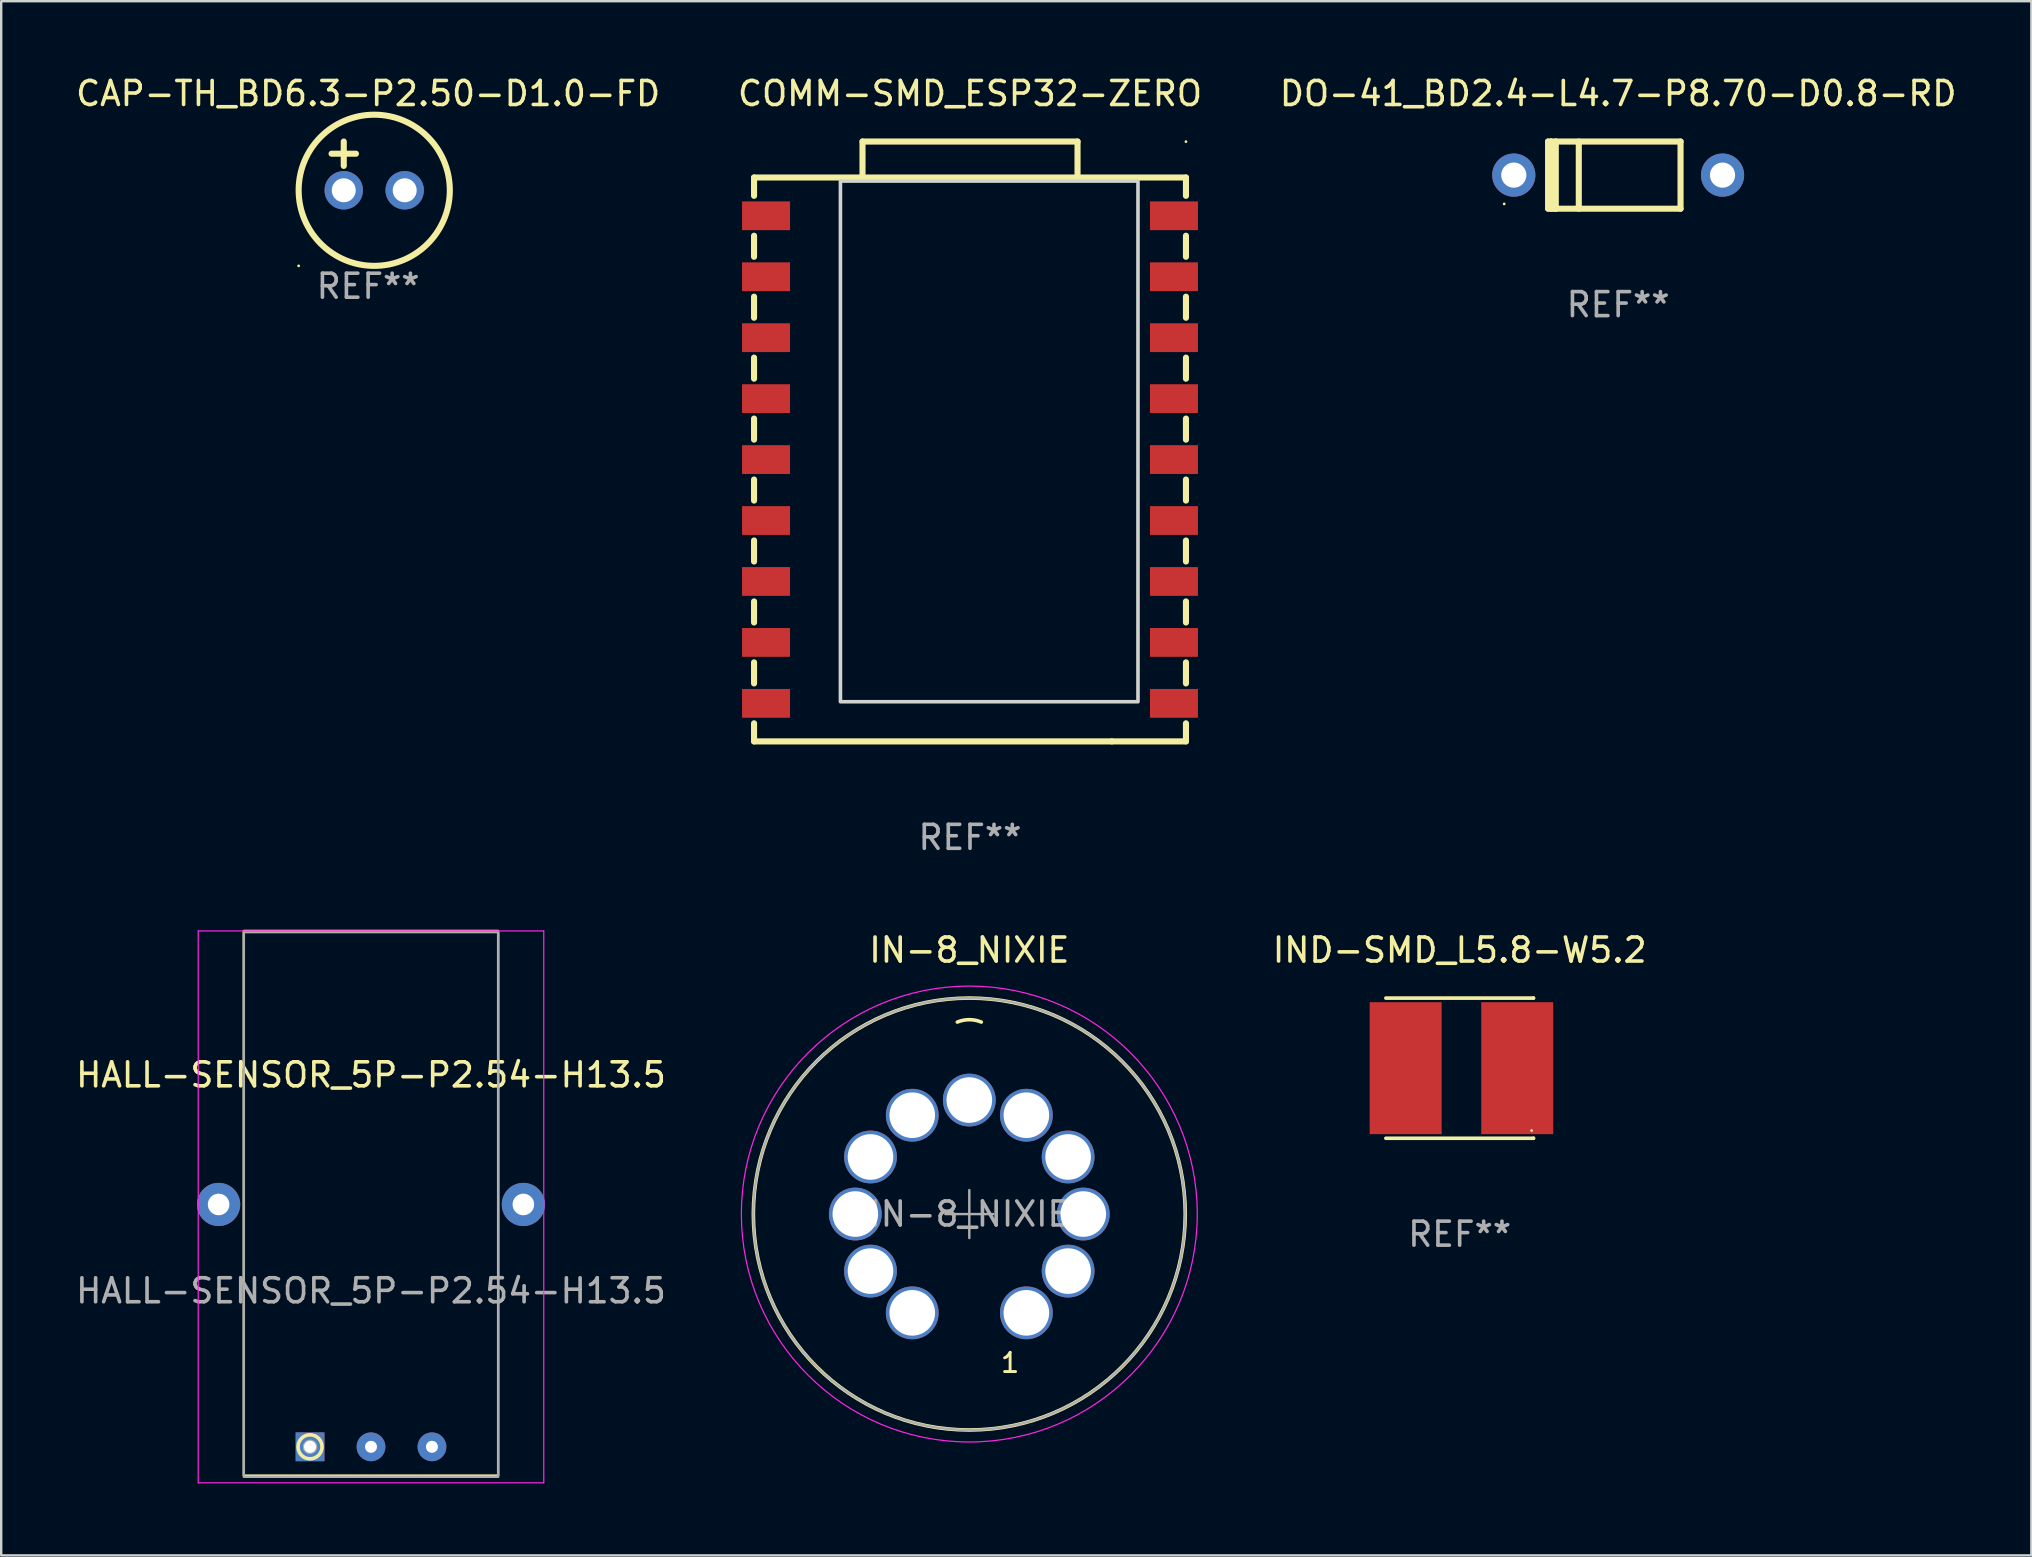
<source format=kicad_pcb>
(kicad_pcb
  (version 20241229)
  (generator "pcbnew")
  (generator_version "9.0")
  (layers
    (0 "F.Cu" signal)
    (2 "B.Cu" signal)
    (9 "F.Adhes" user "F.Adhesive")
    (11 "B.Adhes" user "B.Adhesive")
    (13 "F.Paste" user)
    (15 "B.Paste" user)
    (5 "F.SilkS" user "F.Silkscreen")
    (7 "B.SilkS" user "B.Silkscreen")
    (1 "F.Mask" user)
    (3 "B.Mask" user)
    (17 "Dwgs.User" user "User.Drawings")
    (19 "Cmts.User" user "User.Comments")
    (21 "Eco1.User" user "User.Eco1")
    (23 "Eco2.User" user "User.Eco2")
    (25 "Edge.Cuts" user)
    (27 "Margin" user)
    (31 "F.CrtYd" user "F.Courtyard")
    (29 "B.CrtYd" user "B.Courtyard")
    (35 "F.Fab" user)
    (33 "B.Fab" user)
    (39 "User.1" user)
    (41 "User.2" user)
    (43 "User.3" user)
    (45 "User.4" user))
  (footprint "COMM-SMD_ESP32-ZERO"
    (layer "F.Cu")
    (at 37.375 16.648)
    (property "Reference" "COMM-SMD_ESP32-ZERO" (at -0.000076 -15.8 0) (layer "F.SilkS") (effects (font (size 1 1) (thickness 0.15))))
    (attr smd)
    (fp_line (start -9 -12.3) (end 9 -12.3) (stroke (width 0.254) (type solid)) (layer "F.SilkS"))
    (fp_line (start -9 -11.536) (end -9 -12.3) (stroke (width 0.254) (type solid)) (layer "F.SilkS"))
    (fp_line (start -9 -8.996) (end -9 -9.874) (stroke (width 0.254) (type solid)) (layer "F.SilkS"))
    (fp_line (start -9 -6.456) (end -9 -7.334) (stroke (width 0.254) (type solid)) (layer "F.SilkS"))
    (fp_line (start -9 -3.916) (end -9 -4.794) (stroke (width 0.254) (type solid)) (layer "F.SilkS"))
    (fp_line (start -9 -1.376) (end -9 -2.254) (stroke (width 0.254) (type solid)) (layer "F.SilkS"))
    (fp_line (start -9 1.164) (end -9 0.286) (stroke (width 0.254) (type solid)) (layer "F.SilkS"))
    (fp_line (start -9 3.704) (end -9 2.826) (stroke (width 0.254) (type solid)) (layer "F.SilkS"))
    (fp_line (start -9 6.244) (end -9 5.366) (stroke (width 0.254) (type solid)) (layer "F.SilkS"))
    (fp_line (start -9 8.784) (end -9 7.906) (stroke (width 0.254) (type solid)) (layer "F.SilkS"))
    (fp_line (start -9 11.2) (end -9 10.446) (stroke (width 0.254) (type solid)) (layer "F.SilkS"))
    (fp_line (start -4.48 -12.3) (end -4.48 -13.8) (stroke (width 0.254) (type solid)) (layer "F.SilkS"))
    (fp_line (start 4.481 -13.8) (end -4.48 -13.8) (stroke (width 0.254) (type solid)) (layer "F.SilkS"))
    (fp_line (start 4.481 -12.3) (end 4.481 -13.8) (stroke (width 0.254) (type solid)) (layer "F.SilkS"))
    (fp_line (start 5.911 11.2) (end -9 11.2) (stroke (width 0.254) (type solid)) (layer "F.SilkS"))
    (fp_line (start 9 -12.3) (end 9 -11.536) (stroke (width 0.254) (type solid)) (layer "F.SilkS"))
    (fp_line (start 9 -9.874) (end 9 -8.996) (stroke (width 0.254) (type solid)) (layer "F.SilkS"))
    (fp_line (start 9 -7.334) (end 9 -6.456) (stroke (width 0.254) (type solid)) (layer "F.SilkS"))
    (fp_line (start 9 -4.794) (end 9 -3.916) (stroke (width 0.254) (type solid)) (layer "F.SilkS"))
    (fp_line (start 9 -2.254) (end 9 -1.376) (stroke (width 0.254) (type solid)) (layer "F.SilkS"))
    (fp_line (start 9 0.286) (end 9 1.164) (stroke (width 0.254) (type solid)) (layer "F.SilkS"))
    (fp_line (start 9 2.826) (end 9 3.704) (stroke (width 0.254) (type solid)) (layer "F.SilkS"))
    (fp_line (start 9 5.366) (end 9 6.244) (stroke (width 0.254) (type solid)) (layer "F.SilkS"))
    (fp_line (start 9 7.906) (end 9 8.784) (stroke (width 0.254) (type solid)) (layer "F.SilkS"))
    (fp_line (start 9 10.446) (end 9 11.2) (stroke (width 0.254) (type solid)) (layer "F.SilkS"))
    (fp_line (start 9 11.2) (end 5.911 11.2) (stroke (width 0.254) (type solid)) (layer "F.SilkS"))
    (fp_circle (center 9 -13.795) (end 9.03 -13.795) (stroke (width 0.06) (type solid)) (fill no) (layer "F.SilkS"))
    (fp_poly (pts (xy -5.4 -12.152) (xy -5.4 9.548) (xy 7 9.548) (xy 7 -12.152)) (stroke (width 0.15) (type solid)) (fill no) (layer "Edge.Cuts"))
    (fp_text user "REF**" (at -0.000076 15.2 0) (layer "F.Fab") (effects (font (size 1 1) (thickness 0.15))))
    (pad "1" smd rect (at 8.5 -10.705) (size 2 1.2) (layers "F.Cu" "F.Mask" "F.Paste"))
    (pad "2" smd rect (at 8.5 -8.165) (size 2 1.2) (layers "F.Cu" "F.Mask" "F.Paste"))
    (pad "3" smd rect (at 8.5 -5.625) (size 2 1.2) (layers "F.Cu" "F.Mask" "F.Paste"))
    (pad "4" smd rect (at 8.5 -3.085) (size 2 1.2) (layers "F.Cu" "F.Mask" "F.Paste"))
    (pad "5" smd rect (at 8.5 -0.545) (size 2 1.2) (layers "F.Cu" "F.Mask" "F.Paste"))
    (pad "6" smd rect (at 8.5 1.995) (size 2 1.2) (layers "F.Cu" "F.Mask" "F.Paste"))
    (pad "7" smd rect (at 8.5 4.535) (size 2 1.2) (layers "F.Cu" "F.Mask" "F.Paste"))
    (pad "8" smd rect (at 8.5 7.075) (size 2 1.2) (layers "F.Cu" "F.Mask" "F.Paste"))
    (pad "9" smd rect (at 8.5 9.615) (size 2 1.2) (layers "F.Cu" "F.Mask" "F.Paste"))
    (pad "15" smd rect (at -8.5 9.615) (size 2 1.2) (layers "F.Cu" "F.Mask" "F.Paste"))
    (pad "16" smd rect (at -8.5 7.075) (size 2 1.2) (layers "F.Cu" "F.Mask" "F.Paste"))
    (pad "17" smd rect (at -8.5 4.535) (size 2 1.2) (layers "F.Cu" "F.Mask" "F.Paste"))
    (pad "18" smd rect (at -8.5 1.995) (size 2 1.2) (layers "F.Cu" "F.Mask" "F.Paste"))
    (pad "19" smd rect (at -8.5 -0.545) (size 2 1.2) (layers "F.Cu" "F.Mask" "F.Paste"))
    (pad "20" smd rect (at -8.5 -3.085) (size 2 1.2) (layers "F.Cu" "F.Mask" "F.Paste"))
    (pad "21" smd rect (at -8.5 -5.625) (size 2 1.2) (layers "F.Cu" "F.Mask" "F.Paste"))
    (pad "22" smd rect (at -8.5 -8.165) (size 2 1.2) (layers "F.Cu" "F.Mask" "F.Paste"))
    (pad "23" smd rect (at -8.5 -10.705) (size 2 1.2) (layers "F.Cu" "F.Mask" "F.Paste")))
  (footprint "DO-41_BD2.4-L4.7-P8.70-D0.8-RD"
    (layer "F.Cu")
    (at 64.387 4.248)
    (property "Reference" "DO-41_BD2.4-L4.7-P8.70-D0.8-RD" (at 0 -3.4 0) (layer "F.SilkS") (effects (font (size 1 1) (thickness 0.15))))
    (attr through_hole)
    (fp_line (start -2.921 1.397) (end -2.921 -1.4) (stroke (width 0.254) (type solid)) (layer "F.SilkS"))
    (fp_line (start -2.794 -1.4) (end -2.921 -1.4) (stroke (width 0.254) (type solid)) (layer "F.SilkS"))
    (fp_line (start -2.794 -1.4) (end -2.794 1.397) (stroke (width 0.254) (type solid)) (layer "F.SilkS"))
    (fp_line (start -2.794 1.397) (end -2.6 1.397) (stroke (width 0.254) (type solid)) (layer "F.SilkS"))
    (fp_line (start -2.667 1.397) (end -2.921 1.397) (stroke (width 0.254) (type solid)) (layer "F.SilkS"))
    (fp_line (start -2.6 -1.4) (end -2.794 -1.4) (stroke (width 0.254) (type solid)) (layer "F.SilkS"))
    (fp_line (start -2.6 -1.4) (end -2.6 1.4) (stroke (width 0.254) (type solid)) (layer "F.SilkS"))
    (fp_line (start -2.6 -1.4) (end 2.6 -1.4) (stroke (width 0.254) (type solid)) (layer "F.SilkS"))
    (fp_line (start -2.6 1.4) (end 2.6 1.4) (stroke (width 0.254) (type solid)) (layer "F.SilkS"))
    (fp_line (start -1.641 -1.4) (end -1.641 1.4) (stroke (width 0.254) (type solid)) (layer "F.SilkS"))
    (fp_line (start 2.6 -1.4) (end 2.6 1.4) (stroke (width 0.254) (type solid)) (layer "F.SilkS"))
    (fp_circle (center -4.75 1.2) (end -4.72 1.2) (stroke (width 0.06) (type solid)) (fill no) (layer "F.SilkS"))
    (fp_text user "REF**" (at 0 5.4 0) (layer "F.Fab") (effects (font (size 1 1) (thickness 0.15))))
    (pad "1" thru_hole circle (at -4.35 0) (size 1.8 1.8) (drill 1.05) (layers "*.Cu" "*.Mask"))
    (pad "2" thru_hole circle (at 4.35 0) (size 1.8 1.8) (drill 1.05) (layers "*.Cu" "*.Mask")))
  (footprint "HALL-SENSOR_5P-P2.54-H13.5"
    (layer "F.Cu")
    (at 12.411 57.246)
    (property "Reference" "HALL-SENSOR_5P-P2.54-H13.5" (at 0 -15.5 0) (layer "F.SilkS") (effects (font (size 1 1) (thickness 0.15))))
    (attr through_hole)
    (fp_rect (start -5.3 -21.5) (end 5.3 1.2) (stroke (width 0.1) (type solid)) (fill no) (layer "F.SilkS"))
    (fp_circle (center -2.54 0) (end -2.04 0) (stroke (width 0.15) (type solid)) (fill no) (layer "F.SilkS"))
    (fp_line (start -7.2 -21.5) (end -7.2 1.5) (stroke (width 0.05) (type solid)) (layer "F.CrtYd"))
    (fp_line (start -7.2 1.5) (end 7.2 1.5) (stroke (width 0.05) (type solid)) (layer "F.CrtYd"))
    (fp_line (start 7.2 -21.5) (end -7.2 -21.5) (stroke (width 0.05) (type solid)) (layer "F.CrtYd"))
    (fp_line (start 7.2 1.5) (end 7.2 -21.5) (stroke (width 0.05) (type solid)) (layer "F.CrtYd"))
    (fp_rect (start -5.3 -21.45) (end 5.3 1.25) (stroke (width 0.1) (type solid)) (fill no) (layer "F.Fab"))
    (fp_circle (center -2.54 0) (end -2.29 0) (stroke (width 0.1) (type solid)) (fill no) (layer "F.Fab"))
    (fp_text user "${REFERENCE}" (at 0 -6.5 0) (layer "F.Fab") (effects (font (size 1 1) (thickness 0.15))))
    (pad "1" thru_hole rect (at -2.54 0) (size 1.2 1.2) (drill 0.5) (layers "*.Cu" "*.Mask"))
    (pad "2" thru_hole circle (at 0 0) (size 1.2 1.2) (drill 0.5) (layers "*.Cu" "*.Mask"))
    (pad "3" thru_hole circle (at 2.54 0) (size 1.2 1.2) (drill 0.5) (layers "*.Cu" "*.Mask"))
    (pad "4" thru_hole circle (at -6.35 -10.1) (size 1.8 1.8) (drill 0.9) (layers "*.Cu" "*.Mask"))
    (pad "5" thru_hole circle (at 6.35 -10.1) (size 1.8 1.8) (drill 0.9) (layers "*.Cu" "*.Mask")))
  (footprint "CAP-TH_BD6.3-P2.50-D1.0-FD"
    (layer "F.Cu")
    (at 12.546 4.88)
    (property "Reference" "CAP-TH_BD6.3-P2.50-D1.0-FD" (at -0.254 -4.032 0) (layer "F.SilkS") (effects (font (size 1 1) (thickness 0.15))))
    (attr through_hole)
    (fp_line (start -1.778 -1.524) (end -0.762 -1.524) (stroke (width 0.254) (type solid)) (layer "F.SilkS"))
    (fp_line (start -1.27 -2.032) (end -1.27 -1.016) (stroke (width 0.254) (type solid)) (layer "F.SilkS"))
    (fp_circle (center -3.15 3.15) (end -3.12 3.15) (stroke (width 0.06) (type solid)) (fill no) (layer "F.SilkS"))
    (fp_circle (center 0 0) (end 3.15 0) (stroke (width 0.254) (type solid)) (fill no) (layer "F.SilkS"))
    (fp_text user "REF**" (at -0.254 4 0) (layer "F.Fab") (effects (font (size 1 1) (thickness 0.15))))
    (pad "1" thru_hole circle (at -1.27 0) (size 1.6 1.6) (drill 1) (layers "*.Cu" "*.Mask"))
    (pad "2" thru_hole circle (at 1.27 0) (size 1.6 1.6) (drill 1) (layers "*.Cu" "*.Mask")))
  (footprint "IN-8_NIXIE"
    (layer "F.Cu")
    (at 37.346 47.545)
    (property "Reference" "IN-8_NIXIE" (at 0 -11 0) (layer "F.SilkS") (effects (font (size 1 1) (thickness 0.15))))
    (attr through_hole)
    (fp_arc (start -0.5 -8) (mid 0 -8.1) (end 0.5 -8) (stroke (width 0.15) (type solid)) (layer "F.SilkS"))
    (fp_circle (center 0 0) (end 9 0) (stroke (width 0.15) (type solid)) (fill no) (layer "F.SilkS"))
    (fp_circle (center 0 0) (end 9.5 0) (stroke (width 0.05) (type solid)) (fill no) (layer "F.CrtYd"))
    (fp_line (start -1 0) (end 1 0) (stroke (width 0.1) (type solid)) (layer "F.Fab"))
    (fp_line (start 0 -1) (end 0 1) (stroke (width 0.1) (type solid)) (layer "F.Fab"))
    (fp_circle (center 0 0) (end 9 0) (stroke (width 0.1) (type solid)) (fill no) (layer "F.Fab"))
    (fp_text user "1" (at 1.7 6.2 0) (layer "F.SilkS") (effects (font (size 0.8 0.8) (thickness 0.12))))
    (fp_text user "${REFERENCE}" (at 0 0 0) (layer "F.Fab") (effects (font (size 1 1) (thickness 0.15))))
    (pad "1" thru_hole circle (at 2.378 4.118) (size 2.2 2.2) (drill 1.9) (layers "*.Cu" "*.Mask"))
    (pad "2" thru_hole circle (at 4.118 2.378) (size 2.2 2.2) (drill 1.9) (layers "*.Cu" "*.Mask"))
    (pad "3" thru_hole circle (at 4.75 0) (size 2.2 2.2) (drill 1.9) (layers "*.Cu" "*.Mask"))
    (pad "4" thru_hole circle (at 4.118 -2.378) (size 2.2 2.2) (drill 1.9) (layers "*.Cu" "*.Mask"))
    (pad "5" thru_hole circle (at 2.378 -4.118) (size 2.2 2.2) (drill 1.9) (layers "*.Cu" "*.Mask"))
    (pad "6" thru_hole circle (at 0 -4.75) (size 2.2 2.2) (drill 1.9) (layers "*.Cu" "*.Mask"))
    (pad "7" thru_hole circle (at -2.378 -4.118) (size 2.2 2.2) (drill 1.9) (layers "*.Cu" "*.Mask"))
    (pad "8" thru_hole circle (at -4.118 -2.378) (size 2.2 2.2) (drill 1.9) (layers "*.Cu" "*.Mask"))
    (pad "9" thru_hole circle (at -4.75 0) (size 2.2 2.2) (drill 1.9) (layers "*.Cu" "*.Mask"))
    (pad "10" thru_hole circle (at -4.118 2.378) (size 2.2 2.2) (drill 1.9) (layers "*.Cu" "*.Mask"))
    (pad "11" thru_hole circle (at -2.378 4.118) (size 2.2 2.2) (drill 1.9) (layers "*.Cu" "*.Mask")))
  (footprint "IND-SMD_L5.8-W5.2"
    (layer "F.Cu")
    (at 57.856 41.466)
    (property "Reference" "IND-SMD_L5.8-W5.2" (at -0.074 -4.921 0) (layer "F.SilkS") (effects (font (size 1 1) (thickness 0.15))))
    (attr smd)
    (fp_line (start -3.15 2.921) (end 3.002 2.921) (stroke (width 0.152) (type solid)) (layer "F.SilkS"))
    (fp_line (start -3.15 -2.921) (end 3.002 -2.921) (stroke (width 0.152) (type solid)) (layer "F.SilkS"))
    (fp_line (start 3.002 2.921) (end 3.002 2.921) (stroke (width 0.152) (type solid)) (layer "F.SilkS"))
    (fp_line (start 3.002 -2.921) (end 3.002 -2.921) (stroke (width 0.152) (type solid)) (layer "F.SilkS"))
    (fp_circle (center 2.925 2.6) (end 2.955 2.6) (stroke (width 0.06) (type solid)) (fill no) (layer "F.SilkS"))
    (fp_text user "REF**" (at -0.074 6.921 0) (layer "F.Fab") (effects (font (size 1 1) (thickness 0.15))))
    (pad "1" smd rect (at 2.325 0) (size 3 5.5) (layers "F.Cu" "F.Mask" "F.Paste"))
    (pad "2" smd rect (at -2.325 0) (size 3 5.5) (layers "F.Cu" "F.Mask" "F.Paste")))
  (gr_rect
    (start -3 -3)
    (end 81.607 61.772)
    (stroke (width 0.1) (type default))
    (fill no)
    (layer "Edge.Cuts")))
</source>
